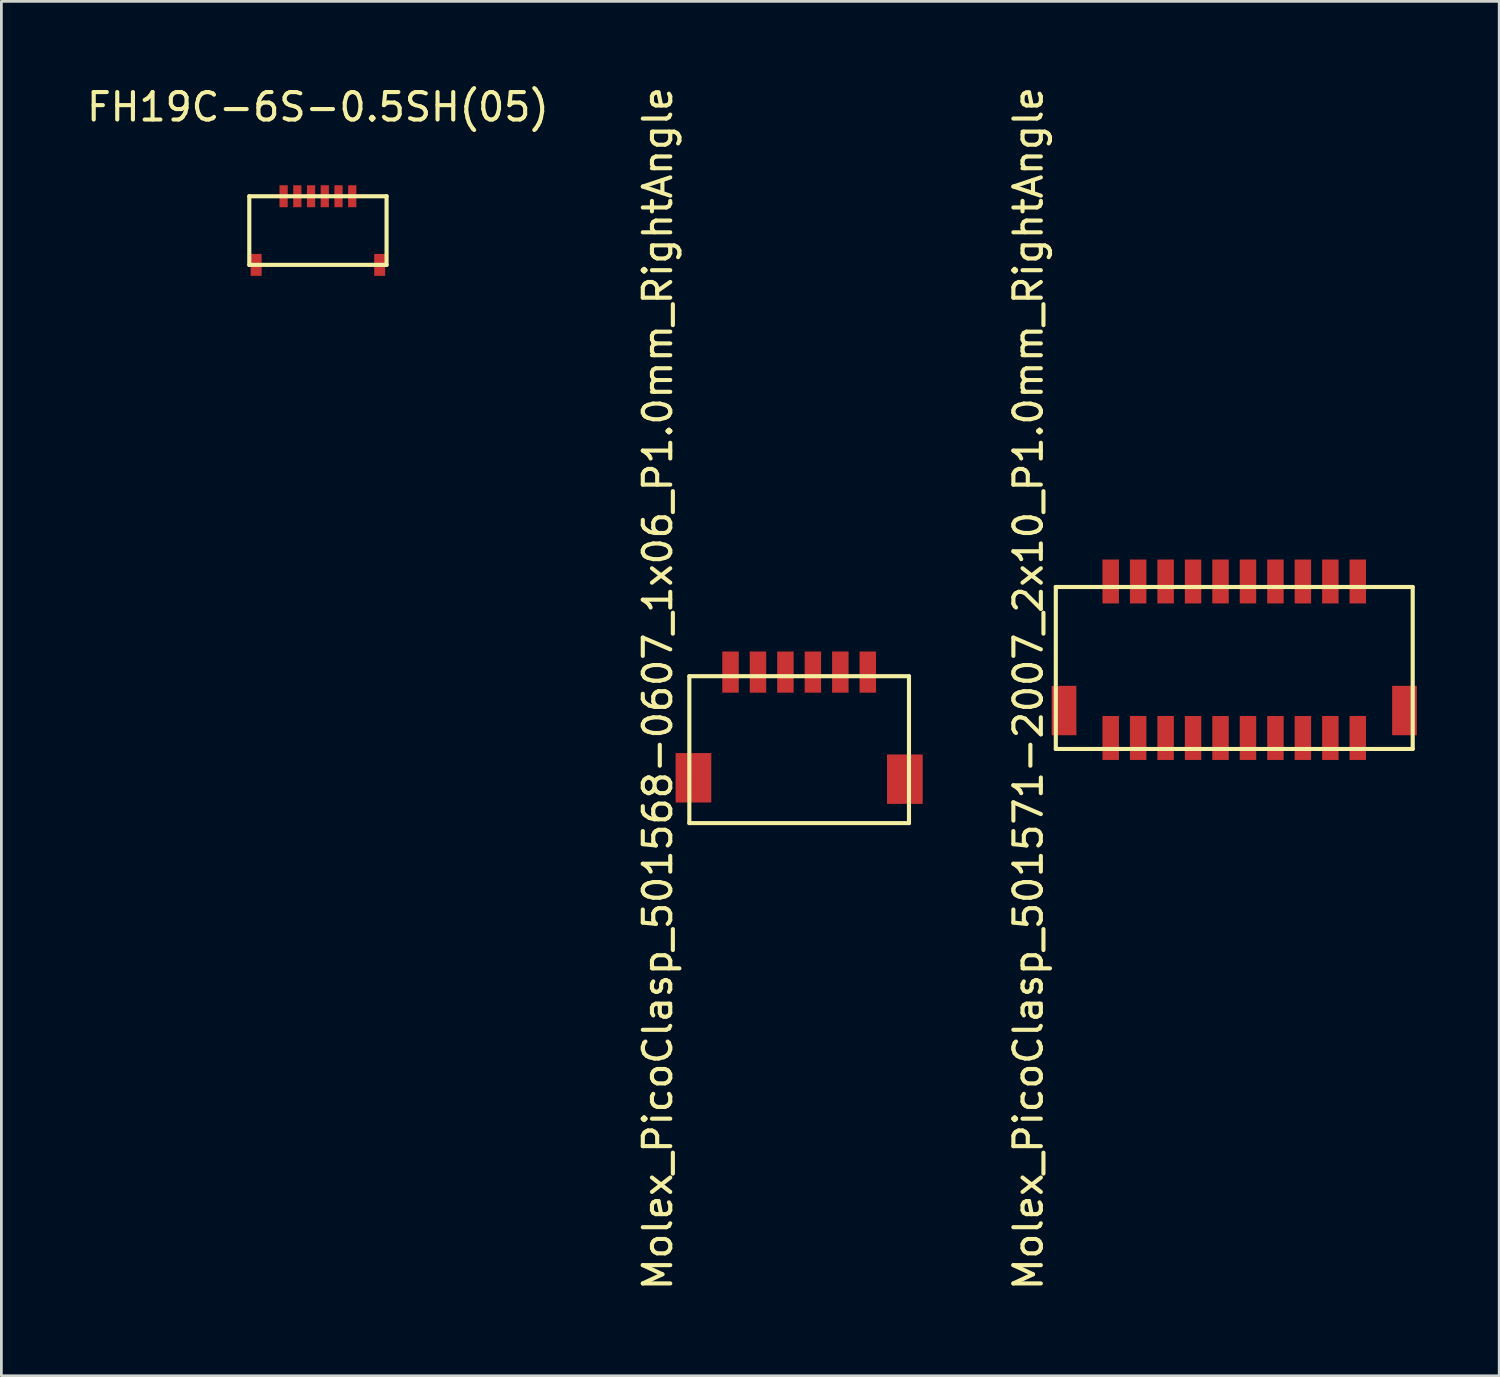
<source format=kicad_pcb>
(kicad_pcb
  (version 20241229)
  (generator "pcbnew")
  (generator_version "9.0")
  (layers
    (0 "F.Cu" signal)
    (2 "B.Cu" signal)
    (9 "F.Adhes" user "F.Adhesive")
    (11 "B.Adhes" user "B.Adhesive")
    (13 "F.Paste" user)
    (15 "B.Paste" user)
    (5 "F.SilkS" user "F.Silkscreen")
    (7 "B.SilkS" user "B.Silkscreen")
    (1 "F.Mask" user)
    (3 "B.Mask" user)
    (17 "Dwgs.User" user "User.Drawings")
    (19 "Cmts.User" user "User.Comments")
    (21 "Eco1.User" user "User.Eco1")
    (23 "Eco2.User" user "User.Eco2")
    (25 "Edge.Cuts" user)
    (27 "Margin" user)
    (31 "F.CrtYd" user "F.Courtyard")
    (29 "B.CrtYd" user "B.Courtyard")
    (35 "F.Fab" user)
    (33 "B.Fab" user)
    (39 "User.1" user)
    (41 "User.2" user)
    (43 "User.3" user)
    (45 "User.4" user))
  (footprint "FH19C-6S-0.5SH(05)"
    (layer "F.Cu")
    (at 8.53 5.348)
    (property "Reference" "FH19C-6S-0.5SH(05)" (at 0 -4.5 0) (layer "F.SilkS") (effects (font (size 1 1) (thickness 0.15))))
    (attr through_hole)
    (fp_line (start -2.5 -1.25) (end 2.5 -1.25) (stroke (width 0.15) (type solid)) (layer "F.SilkS"))
    (fp_line (start -2.5 1.25) (end -2.5 -1.25) (stroke (width 0.15) (type solid)) (layer "F.SilkS"))
    (fp_line (start 2.5 -1.25) (end 2.5 1.25) (stroke (width 0.15) (type solid)) (layer "F.SilkS"))
    (fp_line (start 2.5 1.25) (end -2.5 1.25) (stroke (width 0.15) (type solid)) (layer "F.SilkS"))
    (pad "1" smd rect (at -1.25 -1.25) (size 0.3 0.8) (layers "F.Cu" "F.Mask" "F.Paste"))
    (pad "2" smd rect (at -0.75 -1.25) (size 0.3 0.8) (layers "F.Cu" "F.Mask" "F.Paste"))
    (pad "3" smd rect (at -0.25 -1.25) (size 0.3 0.8) (layers "F.Cu" "F.Mask" "F.Paste"))
    (pad "4" smd rect (at 0.25 -1.25) (size 0.3 0.8) (layers "F.Cu" "F.Mask" "F.Paste"))
    (pad "5" smd rect (at 0.75 -1.25) (size 0.3 0.8) (layers "F.Cu" "F.Mask" "F.Paste"))
    (pad "6" smd rect (at 1.25 -1.25) (size 0.3 0.8) (layers "F.Cu" "F.Mask" "F.Paste"))
    (pad "7" connect rect (at -2.25 1.25) (size 0.4 0.8) (layers "F.Cu" "F.Mask"))
    (pad "8" smd rect (at 2.25 1.25) (size 0.4 0.8) (layers "F.Cu" "F.Mask" "F.Paste")))
  (footprint "Molex_PicoClasp_501571-2007_2x10_P1.0mm_RightAngle"
    (layer "F.Cu")
    (at 41.906 21.13)
    (property "Reference" "Molex_PicoClasp_501571-2007_2x10_P1.0mm_RightAngle" (at -7.5 0.9 90) (layer "F.SilkS") (effects (font (size 1 1) (thickness 0.15))))
    (attr through_hole)
    (fp_line (start -6.5 -2.8) (end 6.5 -2.8) (stroke (width 0.15) (type solid)) (layer "F.SilkS"))
    (fp_line (start -6.5 3.1) (end -6.5 -2.8) (stroke (width 0.15) (type solid)) (layer "F.SilkS"))
    (fp_line (start 6.5 -2.8) (end 6.5 3.1) (stroke (width 0.15) (type solid)) (layer "F.SilkS"))
    (fp_line (start 6.5 3.1) (end -6.5 3.1) (stroke (width 0.15) (type solid)) (layer "F.SilkS"))
    (pad "1" smd rect (at -4.5 2.7) (size 0.6 1.6) (layers "F.Cu" "F.Mask" "F.Paste"))
    (pad "2" smd rect (at -3.5 2.7) (size 0.6 1.6) (layers "F.Cu" "F.Mask" "F.Paste"))
    (pad "3" smd rect (at -2.5 2.7) (size 0.6 1.6) (layers "F.Cu" "F.Mask" "F.Paste"))
    (pad "4" smd rect (at -1.5 2.7) (size 0.6 1.6) (layers "F.Cu" "F.Mask" "F.Paste"))
    (pad "5" smd rect (at -0.5 2.7) (size 0.6 1.6) (layers "F.Cu" "F.Mask" "F.Paste"))
    (pad "6" smd rect (at 0.5 2.7) (size 0.6 1.6) (layers "F.Cu" "F.Mask" "F.Paste"))
    (pad "7" smd rect (at 1.5 2.7) (size 0.6 1.6) (layers "F.Cu" "F.Mask" "F.Paste"))
    (pad "8" smd rect (at 2.5 2.7) (size 0.6 1.6) (layers "F.Cu" "F.Mask" "F.Paste"))
    (pad "9" smd rect (at 3.5 2.7) (size 0.6 1.6) (layers "F.Cu" "F.Mask" "F.Paste"))
    (pad "10" smd rect (at 4.5 2.7) (size 0.6 1.6) (layers "F.Cu" "F.Mask" "F.Paste"))
    (pad "11" smd rect (at 4.5 -3) (size 0.6 1.6) (layers "F.Cu" "F.Mask" "F.Paste"))
    (pad "12" smd rect (at 3.5 -3) (size 0.6 1.6) (layers "F.Cu" "F.Mask" "F.Paste"))
    (pad "13" smd rect (at 2.5 -3) (size 0.6 1.6) (layers "F.Cu" "F.Mask" "F.Paste"))
    (pad "14" smd rect (at 1.5 -3) (size 0.6 1.6) (layers "F.Cu" "F.Mask" "F.Paste"))
    (pad "15" smd rect (at 0.5 -3) (size 0.6 1.6) (layers "F.Cu" "F.Mask" "F.Paste"))
    (pad "16" smd rect (at -0.5 -3) (size 0.6 1.6) (layers "F.Cu" "F.Mask" "F.Paste"))
    (pad "17" smd rect (at -1.5 -3) (size 0.6 1.6) (layers "F.Cu" "F.Mask" "F.Paste"))
    (pad "18" smd rect (at -2.5 -3) (size 0.6 1.6) (layers "F.Cu" "F.Mask" "F.Paste"))
    (pad "19" smd rect (at -3.5 -3) (size 0.6 1.6) (layers "F.Cu" "F.Mask" "F.Paste"))
    (pad "20" smd rect (at -4.5 -3) (size 0.6 1.6) (layers "F.Cu" "F.Mask" "F.Paste"))
    (pad "21" smd rect (at -6.2 1.7) (size 0.9 1.8) (layers "F.Cu" "F.Mask" "F.Paste"))
    (pad "22" smd rect (at 6.2 1.7) (size 0.9 1.8) (layers "F.Cu" "F.Mask" "F.Paste")))
  (footprint "Molex_PicoClasp_501568-0607_1x06_P1.0mm_RightAngle"
    (layer "F.Cu")
    (at 26.058 24.18)
    (property "Reference" "Molex_PicoClasp_501568-0607_1x06_P1.0mm_RightAngle" (at -5.15 -2.15 90) (layer "F.SilkS") (effects (font (size 1 1) (thickness 0.15))))
    (attr through_hole)
    (fp_line (start -4 -2.6) (end -4 2.75) (stroke (width 0.15) (type solid)) (layer "F.SilkS"))
    (fp_line (start -4 2.75) (end 4 2.75) (stroke (width 0.15) (type solid)) (layer "F.SilkS"))
    (fp_line (start 4 -2.6) (end -4 -2.6) (stroke (width 0.15) (type solid)) (layer "F.SilkS"))
    (fp_line (start 4 2.75) (end 4 -2.6) (stroke (width 0.15) (type solid)) (layer "F.SilkS"))
    (pad "1" smd rect (at -2.5 -2.75) (size 0.6 1.5) (layers "F.Cu" "F.Mask" "F.Paste"))
    (pad "2" smd rect (at -1.5 -2.75) (size 0.6 1.5) (layers "F.Cu" "F.Mask" "F.Paste"))
    (pad "3" smd rect (at -0.5 -2.75) (size 0.6 1.5) (layers "F.Cu" "F.Mask" "F.Paste"))
    (pad "4" smd rect (at 0.5 -2.75) (size 0.6 1.5) (layers "F.Cu" "F.Mask" "F.Paste"))
    (pad "5" smd rect (at 1.5 -2.75) (size 0.6 1.5) (layers "F.Cu" "F.Mask" "F.Paste"))
    (pad "6" smd rect (at 2.5 -2.75) (size 0.6 1.5) (layers "F.Cu" "F.Mask" "F.Paste"))
    (pad "7" smd rect (at -3.85 1.1) (size 1.3 1.8) (layers "F.Cu" "F.Mask" "F.Paste"))
    (pad "8" smd rect (at 3.85 1.15) (size 1.3 1.8) (layers "F.Cu" "F.Mask" "F.Paste")))
  (gr_rect
    (start -3 -3)
    (end 51.556 47.06)
    (stroke (width 0.1) (type default))
    (fill no)
    (layer "Edge.Cuts")))
</source>
